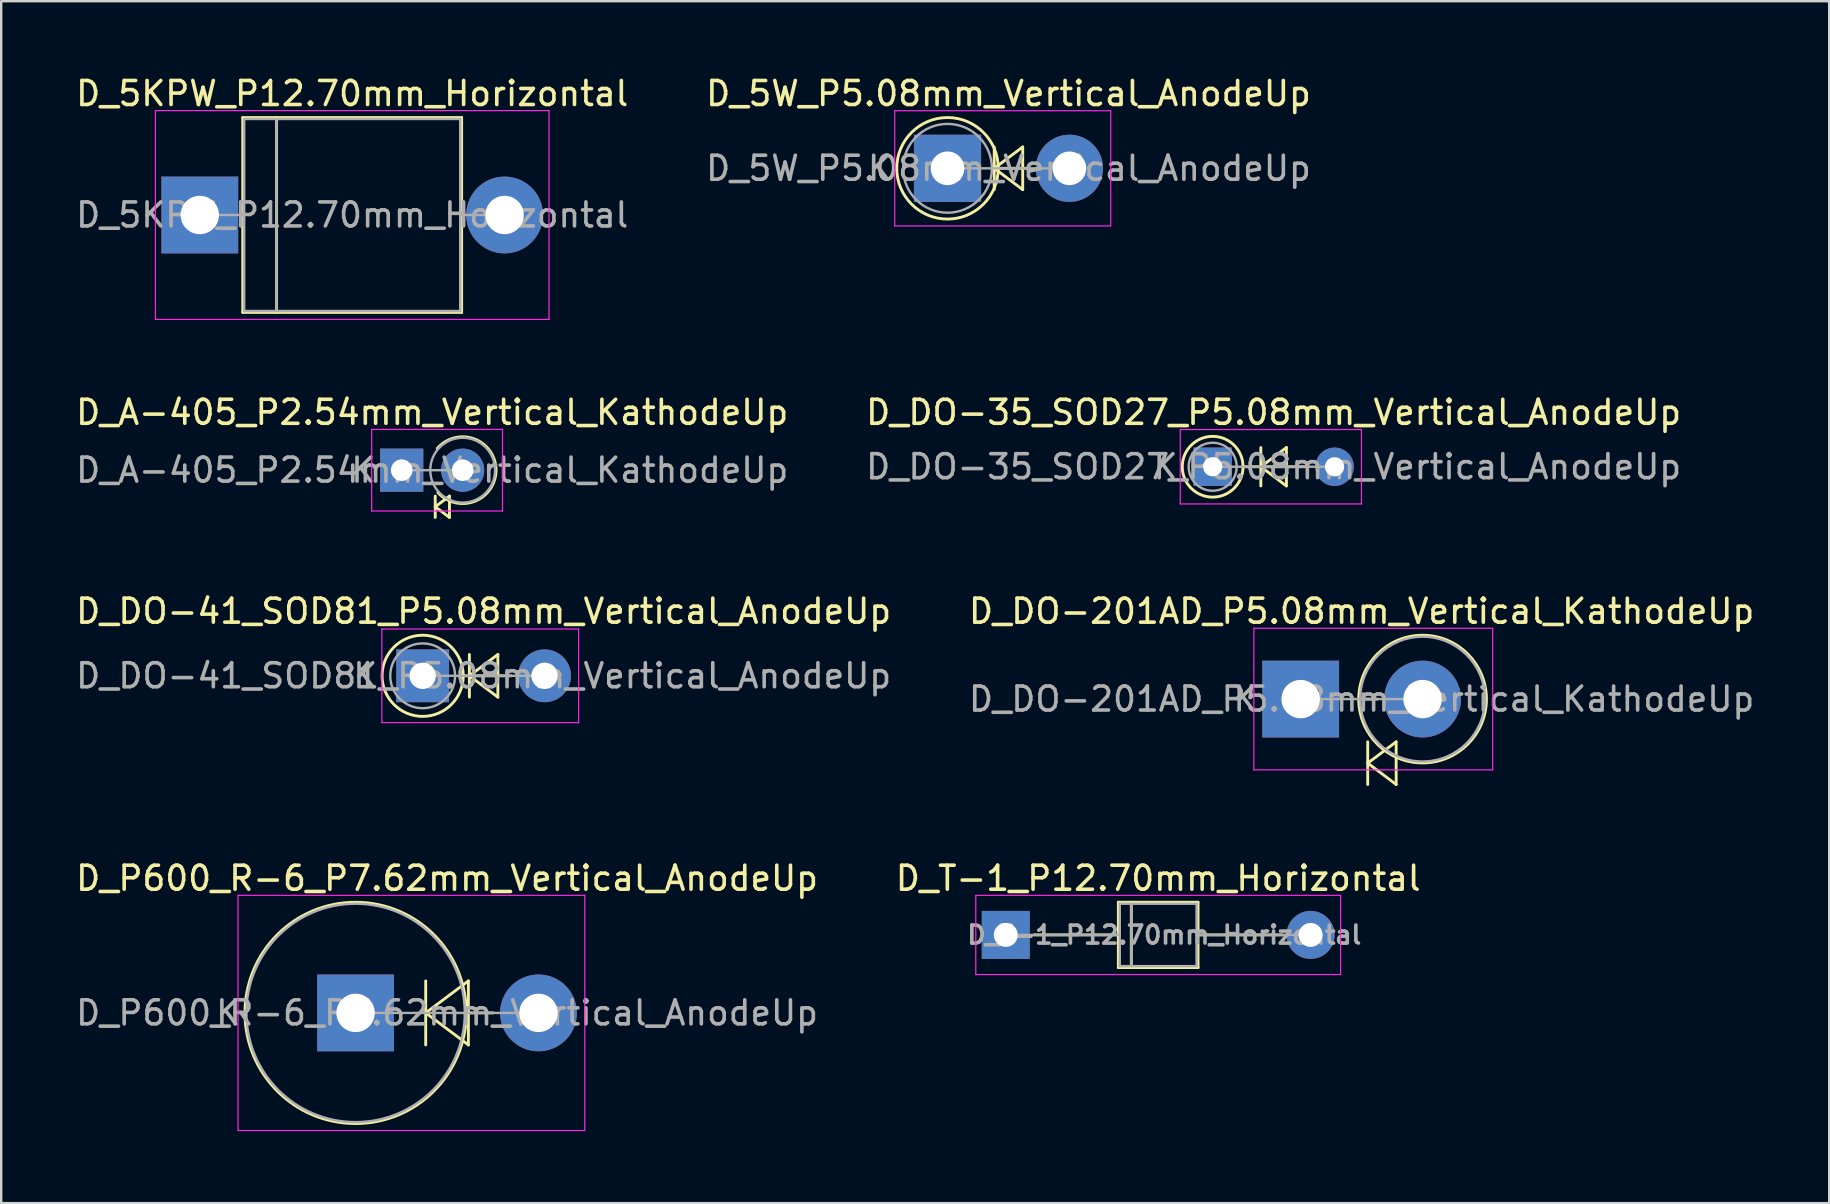
<source format=kicad_pcb>
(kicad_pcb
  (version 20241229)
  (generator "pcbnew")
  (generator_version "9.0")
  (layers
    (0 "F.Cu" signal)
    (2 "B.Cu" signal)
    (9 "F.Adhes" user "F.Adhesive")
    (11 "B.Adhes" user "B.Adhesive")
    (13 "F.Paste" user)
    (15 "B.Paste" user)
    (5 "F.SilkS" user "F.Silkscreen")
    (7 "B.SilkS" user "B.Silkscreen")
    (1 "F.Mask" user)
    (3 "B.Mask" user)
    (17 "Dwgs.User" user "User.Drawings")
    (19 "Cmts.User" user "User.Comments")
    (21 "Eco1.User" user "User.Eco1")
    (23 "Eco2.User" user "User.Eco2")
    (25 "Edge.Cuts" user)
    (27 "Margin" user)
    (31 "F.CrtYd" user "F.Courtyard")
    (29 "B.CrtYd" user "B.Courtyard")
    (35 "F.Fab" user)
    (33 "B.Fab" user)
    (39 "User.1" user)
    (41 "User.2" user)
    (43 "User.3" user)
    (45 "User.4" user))
  (footprint "D_P600_R-6_P7.62mm_Vertical_AnodeUp"
    (layer "F.Cu")
    (at 11.767 39.155)
    (property "Reference" "D_P600_R-6_P7.62mm_Vertical_AnodeUp" (at 3.81 -5.61 0) (layer "F.SilkS") (effects (font (size 1 1) (thickness 0.15))))
    (attr through_hole)
    (fp_line (start 2.921 -1.333) (end 2.921 1.333) (stroke (width 0.12) (type solid)) (layer "F.SilkS"))
    (fp_line (start 2.921 0) (end 4.699 -1.333) (stroke (width 0.12) (type solid)) (layer "F.SilkS"))
    (fp_line (start 4.61 0) (end 5.72 0) (stroke (width 0.12) (type solid)) (layer "F.SilkS"))
    (fp_line (start 4.699 -1.333) (end 4.699 1.333) (stroke (width 0.12) (type solid)) (layer "F.SilkS"))
    (fp_line (start 4.699 1.333) (end 2.921 0) (stroke (width 0.12) (type solid)) (layer "F.SilkS"))
    (fp_circle (center 0 0) (end 4.61 0) (stroke (width 0.12) (type solid)) (fill no) (layer "F.SilkS"))
    (fp_line (start -4.9 -4.9) (end -4.9 4.9) (stroke (width 0.05) (type solid)) (layer "F.CrtYd"))
    (fp_line (start -4.9 4.9) (end 9.55 4.9) (stroke (width 0.05) (type solid)) (layer "F.CrtYd"))
    (fp_line (start 9.55 -4.9) (end -4.9 -4.9) (stroke (width 0.05) (type solid)) (layer "F.CrtYd"))
    (fp_line (start 9.55 4.9) (end 9.55 -4.9) (stroke (width 0.05) (type solid)) (layer "F.CrtYd"))
    (fp_line (start 0 0) (end 7.62 0) (stroke (width 0.1) (type solid)) (layer "F.Fab"))
    (fp_circle (center 0 0) (end 4.55 0) (stroke (width 0.1) (type solid)) (fill no) (layer "F.Fab"))
    (fp_text user "K" (at -5.31 0 0) (layer "F.Fab") (effects (font (size 1 1) (thickness 0.15))))
    (fp_text user "${REFERENCE}" (at 3.81 0 0) (layer "F.Fab") (effects (font (size 1 1) (thickness 0.15))))
    (pad "1" thru_hole rect (at 0 0) (size 3.2 3.2) (drill 1.6) (layers "*.Cu" "*.Mask"))
    (pad "2" thru_hole oval (at 7.62 0) (size 3.2 3.2) (drill 1.6) (layers "*.Cu" "*.Mask")))
  (footprint "D_DO-41_SOD81_P5.08mm_Vertical_AnodeUp"
    (layer "F.Cu")
    (at 14.561 25.109)
    (property "Reference" "D_DO-41_SOD81_P5.08mm_Vertical_AnodeUp" (at 2.54 -2.691 0) (layer "F.SilkS") (effects (font (size 1 1) (thickness 0.15))))
    (attr through_hole)
    (fp_line (start 1.691 0) (end 3.68 0) (stroke (width 0.12) (type solid)) (layer "F.SilkS"))
    (fp_line (start 1.947 -0.889) (end 1.947 0.889) (stroke (width 0.12) (type solid)) (layer "F.SilkS"))
    (fp_line (start 1.947 0) (end 3.133 -0.889) (stroke (width 0.12) (type solid)) (layer "F.SilkS"))
    (fp_line (start 3.133 -0.889) (end 3.133 0.889) (stroke (width 0.12) (type solid)) (layer "F.SilkS"))
    (fp_line (start 3.133 0.889) (end 1.947 0) (stroke (width 0.12) (type solid)) (layer "F.SilkS"))
    (fp_circle (center 0 0) (end 1.691 0) (stroke (width 0.12) (type solid)) (fill no) (layer "F.SilkS"))
    (fp_line (start -1.7 -1.95) (end -1.7 1.95) (stroke (width 0.05) (type solid)) (layer "F.CrtYd"))
    (fp_line (start -1.7 1.95) (end 6.5 1.95) (stroke (width 0.05) (type solid)) (layer "F.CrtYd"))
    (fp_line (start 6.5 -1.95) (end -1.7 -1.95) (stroke (width 0.05) (type solid)) (layer "F.CrtYd"))
    (fp_line (start 6.5 1.95) (end 6.5 -1.95) (stroke (width 0.05) (type solid)) (layer "F.CrtYd"))
    (fp_line (start 0 0) (end 5.08 0) (stroke (width 0.1) (type solid)) (layer "F.Fab"))
    (fp_circle (center 0 0) (end 1.35 0) (stroke (width 0.1) (type solid)) (fill no) (layer "F.Fab"))
    (fp_text user "${REFERENCE}" (at 2.54 0 0) (layer "F.Fab") (effects (font (size 1 1) (thickness 0.15))))
    (fp_text user "K" (at -2.391 0 0) (layer "F.Fab") (effects (font (size 1 1) (thickness 0.15))))
    (pad "1" thru_hole rect (at 0 0) (size 2.2 2.2) (drill 1.1) (layers "*.Cu" "*.Mask"))
    (pad "2" thru_hole oval (at 5.08 0) (size 2.2 2.2) (drill 1.1) (layers "*.Cu" "*.Mask")))
  (footprint "D_DO-201AD_P5.08mm_Vertical_KathodeUp"
    (layer "F.Cu")
    (at 51.145 26.079)
    (property "Reference" "D_DO-201AD_P5.08mm_Vertical_KathodeUp" (at 2.54 -3.66 0) (layer "F.SilkS") (effects (font (size 1 1) (thickness 0.15))))
    (attr through_hole)
    (fp_line (start 2.66 0) (end 3.18 0) (stroke (width 0.12) (type solid)) (layer "F.SilkS"))
    (fp_line (start 2.794 1.78) (end 2.794 3.558) (stroke (width 0.12) (type solid)) (layer "F.SilkS"))
    (fp_line (start 2.794 2.669) (end 3.979 1.78) (stroke (width 0.12) (type solid)) (layer "F.SilkS"))
    (fp_line (start 3.979 1.78) (end 3.979 3.558) (stroke (width 0.12) (type solid)) (layer "F.SilkS"))
    (fp_line (start 3.979 3.558) (end 2.794 2.669) (stroke (width 0.12) (type solid)) (layer "F.SilkS"))
    (fp_circle (center 5.08 0) (end 7.74 0) (stroke (width 0.12) (type solid)) (fill no) (layer "F.SilkS"))
    (fp_line (start -1.95 -2.95) (end -1.95 2.95) (stroke (width 0.05) (type solid)) (layer "F.CrtYd"))
    (fp_line (start -1.95 2.95) (end 8 2.95) (stroke (width 0.05) (type solid)) (layer "F.CrtYd"))
    (fp_line (start 8 -2.95) (end -1.95 -2.95) (stroke (width 0.05) (type solid)) (layer "F.CrtYd"))
    (fp_line (start 8 2.95) (end 8 -2.95) (stroke (width 0.05) (type solid)) (layer "F.CrtYd"))
    (fp_line (start 0 0) (end 5.08 0) (stroke (width 0.1) (type solid)) (layer "F.Fab"))
    (fp_circle (center 5.08 0) (end 7.68 0) (stroke (width 0.1) (type solid)) (fill no) (layer "F.Fab"))
    (fp_text user "K" (at -2.3 0 0) (layer "F.Fab") (effects (font (size 1 1) (thickness 0.15))))
    (fp_text user "${REFERENCE}" (at 2.54 0 0) (layer "F.Fab") (effects (font (size 1 1) (thickness 0.15))))
    (pad "1" thru_hole rect (at 0 0) (size 3.2 3.2) (drill 1.6) (layers "*.Cu" "*.Mask"))
    (pad "2" thru_hole oval (at 5.08 0) (size 3.2 3.2) (drill 1.6) (layers "*.Cu" "*.Mask")))
  (footprint "D_DO-35_SOD27_P5.08mm_Vertical_AnodeUp"
    (layer "F.Cu")
    (at 47.478 16.398)
    (property "Reference" "D_DO-35_SOD27_P5.08mm_Vertical_AnodeUp" (at 2.54 -2.266 0) (layer "F.SilkS") (effects (font (size 1 1) (thickness 0.15))))
    (attr through_hole)
    (fp_line (start 1.266 0) (end 3.98 0) (stroke (width 0.12) (type solid)) (layer "F.SilkS"))
    (fp_line (start 2.007 -0.8) (end 2.007 0.8) (stroke (width 0.12) (type solid)) (layer "F.SilkS"))
    (fp_line (start 2.007 0) (end 3.073 -0.8) (stroke (width 0.12) (type solid)) (layer "F.SilkS"))
    (fp_line (start 3.073 -0.8) (end 3.073 0.8) (stroke (width 0.12) (type solid)) (layer "F.SilkS"))
    (fp_line (start 3.073 0.8) (end 2.007 0) (stroke (width 0.12) (type solid)) (layer "F.SilkS"))
    (fp_circle (center 0 0) (end 1.266 0) (stroke (width 0.12) (type solid)) (fill no) (layer "F.SilkS"))
    (fp_line (start -1.35 -1.55) (end -1.35 1.55) (stroke (width 0.05) (type solid)) (layer "F.CrtYd"))
    (fp_line (start -1.35 1.55) (end 6.2 1.55) (stroke (width 0.05) (type solid)) (layer "F.CrtYd"))
    (fp_line (start 6.2 -1.55) (end -1.35 -1.55) (stroke (width 0.05) (type solid)) (layer "F.CrtYd"))
    (fp_line (start 6.2 1.55) (end 6.2 -1.55) (stroke (width 0.05) (type solid)) (layer "F.CrtYd"))
    (fp_line (start 0 0) (end 5.08 0) (stroke (width 0.1) (type solid)) (layer "F.Fab"))
    (fp_circle (center 0 0) (end 1 0) (stroke (width 0.1) (type solid)) (fill no) (layer "F.Fab"))
    (fp_text user "${REFERENCE}" (at 2.54 0 0) (layer "F.Fab") (effects (font (size 1 1) (thickness 0.15))))
    (fp_text user "K" (at -1.966 0 0) (layer "F.Fab") (effects (font (size 1 1) (thickness 0.15))))
    (pad "1" thru_hole rect (at 0 0) (size 1.6 1.6) (drill 0.8) (layers "*.Cu" "*.Mask"))
    (pad "2" thru_hole oval (at 5.08 0) (size 1.6 1.6) (drill 0.8) (layers "*.Cu" "*.Mask")))
  (footprint "D_T-1_P12.70mm_Horizontal"
    (layer "F.Cu")
    (at 38.858 35.905)
    (property "Reference" "D_T-1_P12.70mm_Horizontal" (at 6.35 -2.36 0) (layer "F.SilkS") (effects (font (size 1 1) (thickness 0.15))))
    (attr through_hole)
    (fp_line (start 1.18 0) (end 4.69 0) (stroke (width 0.12) (type solid)) (layer "F.SilkS"))
    (fp_line (start 4.69 -1.36) (end 4.69 1.36) (stroke (width 0.12) (type solid)) (layer "F.SilkS"))
    (fp_line (start 4.69 1.36) (end 8.01 1.36) (stroke (width 0.12) (type solid)) (layer "F.SilkS"))
    (fp_line (start 5.23 -1.36) (end 5.23 1.36) (stroke (width 0.12) (type solid)) (layer "F.SilkS"))
    (fp_line (start 8.01 -1.36) (end 4.69 -1.36) (stroke (width 0.12) (type solid)) (layer "F.SilkS"))
    (fp_line (start 8.01 1.36) (end 8.01 -1.36) (stroke (width 0.12) (type solid)) (layer "F.SilkS"))
    (fp_line (start 11.52 0) (end 8.01 0) (stroke (width 0.12) (type solid)) (layer "F.SilkS"))
    (fp_line (start -1.25 -1.65) (end -1.25 1.65) (stroke (width 0.05) (type solid)) (layer "F.CrtYd"))
    (fp_line (start -1.25 1.65) (end 13.95 1.65) (stroke (width 0.05) (type solid)) (layer "F.CrtYd"))
    (fp_line (start 13.95 -1.65) (end -1.25 -1.65) (stroke (width 0.05) (type solid)) (layer "F.CrtYd"))
    (fp_line (start 13.95 1.65) (end 13.95 -1.65) (stroke (width 0.05) (type solid)) (layer "F.CrtYd"))
    (fp_line (start 0 0) (end 4.75 0) (stroke (width 0.1) (type solid)) (layer "F.Fab"))
    (fp_line (start 4.75 -1.3) (end 4.75 1.3) (stroke (width 0.1) (type solid)) (layer "F.Fab"))
    (fp_line (start 4.75 1.3) (end 7.95 1.3) (stroke (width 0.1) (type solid)) (layer "F.Fab"))
    (fp_line (start 5.23 -1.3) (end 5.23 1.3) (stroke (width 0.1) (type solid)) (layer "F.Fab"))
    (fp_line (start 7.95 -1.3) (end 4.75 -1.3) (stroke (width 0.1) (type solid)) (layer "F.Fab"))
    (fp_line (start 7.95 1.3) (end 7.95 -1.3) (stroke (width 0.1) (type solid)) (layer "F.Fab"))
    (fp_line (start 12.7 0) (end 7.95 0) (stroke (width 0.1) (type solid)) (layer "F.Fab"))
    (fp_text user "${REFERENCE}" (at 6.604 0 0) (layer "F.Fab") (effects (font (size 0.75 0.75) (thickness 0.15))))
    (pad "1" thru_hole rect (at 0 0) (size 2 2) (drill 1) (layers "*.Cu" "*.Mask"))
    (pad "2" thru_hole oval (at 12.7 0) (size 2 2) (drill 1) (layers "*.Cu" "*.Mask")))
  (footprint "D_5KPW_P12.70mm_Horizontal"
    (layer "F.Cu")
    (at 5.275 5.908)
    (property "Reference" "D_5KPW_P12.70mm_Horizontal" (at 6.35 -5.06 0) (layer "F.SilkS") (effects (font (size 1 1) (thickness 0.15))))
    (attr through_hole)
    (fp_line (start 1.78 0) (end 1.79 0) (stroke (width 0.12) (type solid)) (layer "F.SilkS"))
    (fp_line (start 1.79 -4.06) (end 1.79 4.06) (stroke (width 0.12) (type solid)) (layer "F.SilkS"))
    (fp_line (start 1.79 4.06) (end 10.91 4.06) (stroke (width 0.12) (type solid)) (layer "F.SilkS"))
    (fp_line (start 3.2 -4.06) (end 3.2 4.06) (stroke (width 0.12) (type solid)) (layer "F.SilkS"))
    (fp_line (start 10.91 -4.06) (end 1.79 -4.06) (stroke (width 0.12) (type solid)) (layer "F.SilkS"))
    (fp_line (start 10.91 4.06) (end 10.91 -4.06) (stroke (width 0.12) (type solid)) (layer "F.SilkS"))
    (fp_line (start 10.92 0) (end 10.91 0) (stroke (width 0.12) (type solid)) (layer "F.SilkS"))
    (fp_line (start -1.85 -4.35) (end -1.85 4.35) (stroke (width 0.05) (type solid)) (layer "F.CrtYd"))
    (fp_line (start -1.85 4.35) (end 14.55 4.35) (stroke (width 0.05) (type solid)) (layer "F.CrtYd"))
    (fp_line (start 14.55 -4.35) (end -1.85 -4.35) (stroke (width 0.05) (type solid)) (layer "F.CrtYd"))
    (fp_line (start 14.55 4.35) (end 14.55 -4.35) (stroke (width 0.05) (type solid)) (layer "F.CrtYd"))
    (fp_line (start 0 0) (end 1.85 0) (stroke (width 0.1) (type solid)) (layer "F.Fab"))
    (fp_line (start 1.85 -4) (end 1.85 4) (stroke (width 0.1) (type solid)) (layer "F.Fab"))
    (fp_line (start 1.85 4) (end 10.85 4) (stroke (width 0.1) (type solid)) (layer "F.Fab"))
    (fp_line (start 3.2 -4) (end 3.2 4) (stroke (width 0.1) (type solid)) (layer "F.Fab"))
    (fp_line (start 10.85 -4) (end 1.85 -4) (stroke (width 0.1) (type solid)) (layer "F.Fab"))
    (fp_line (start 10.85 4) (end 10.85 -4) (stroke (width 0.1) (type solid)) (layer "F.Fab"))
    (fp_line (start 12.7 0) (end 10.85 0) (stroke (width 0.1) (type solid)) (layer "F.Fab"))
    (fp_text user "${REFERENCE}" (at 6.35 0 0) (layer "F.Fab") (effects (font (size 1 1) (thickness 0.15))))
    (pad "1" thru_hole rect (at 0 0) (size 3.2 3.2) (drill 1.6) (layers "*.Cu" "*.Mask"))
    (pad "2" thru_hole oval (at 12.7 0) (size 3.2 3.2) (drill 1.6) (layers "*.Cu" "*.Mask")))
  (footprint "D_5W_P5.08mm_Vertical_AnodeUp"
    (layer "F.Cu")
    (at 36.43 3.963)
    (property "Reference" "D_5W_P5.08mm_Vertical_AnodeUp" (at 2.54 -3.115 0) (layer "F.SilkS") (effects (font (size 1 1) (thickness 0.15))))
    (attr through_hole)
    (fp_line (start 1.947 -0.889) (end 1.947 0.889) (stroke (width 0.12) (type solid)) (layer "F.SilkS"))
    (fp_line (start 1.947 0) (end 3.133 -0.889) (stroke (width 0.12) (type solid)) (layer "F.SilkS"))
    (fp_line (start 2.115 0) (end 3.38 0) (stroke (width 0.12) (type solid)) (layer "F.SilkS"))
    (fp_line (start 3.133 -0.889) (end 3.133 0.889) (stroke (width 0.12) (type solid)) (layer "F.SilkS"))
    (fp_line (start 3.133 0.889) (end 1.947 0) (stroke (width 0.12) (type solid)) (layer "F.SilkS"))
    (fp_circle (center 0 0) (end 2.115 0) (stroke (width 0.12) (type solid)) (fill no) (layer "F.SilkS"))
    (fp_line (start -2.2 -2.4) (end -2.2 2.4) (stroke (width 0.05) (type solid)) (layer "F.CrtYd"))
    (fp_line (start -2.2 2.4) (end 6.8 2.4) (stroke (width 0.05) (type solid)) (layer "F.CrtYd"))
    (fp_line (start 6.8 -2.4) (end -2.2 -2.4) (stroke (width 0.05) (type solid)) (layer "F.CrtYd"))
    (fp_line (start 6.8 2.4) (end 6.8 -2.4) (stroke (width 0.05) (type solid)) (layer "F.CrtYd"))
    (fp_line (start 0 0) (end 5.08 0) (stroke (width 0.1) (type solid)) (layer "F.Fab"))
    (fp_circle (center 0 0) (end 1.85 0) (stroke (width 0.1) (type solid)) (fill no) (layer "F.Fab"))
    (fp_text user "K" (at -2.815 0 0) (layer "F.Fab") (effects (font (size 1 1) (thickness 0.15))))
    (fp_text user "${REFERENCE}" (at 2.54 0 0) (layer "F.Fab") (effects (font (size 1 1) (thickness 0.15))))
    (pad "1" thru_hole rect (at 0 0) (size 2.8 2.8) (drill 1.4) (layers "*.Cu" "*.Mask"))
    (pad "2" thru_hole oval (at 5.08 0) (size 2.8 2.8) (drill 1.4) (layers "*.Cu" "*.Mask")))
  (footprint "D_A-405_P2.54mm_Vertical_KathodeUp"
    (layer "F.Cu")
    (at 13.688 16.541)
    (property "Reference" "D_A-405_P2.54mm_Vertical_KathodeUp" (at 1.27 -2.41 0) (layer "F.SilkS") (effects (font (size 1 1) (thickness 0.15))))
    (attr through_hole)
    (fp_line (start 1.397 1.08) (end 1.397 1.969) (stroke (width 0.12) (type solid)) (layer "F.SilkS"))
    (fp_line (start 1.397 1.524) (end 1.99 1.08) (stroke (width 0.12) (type solid)) (layer "F.SilkS"))
    (fp_line (start 1.99 1.08) (end 1.99 1.969) (stroke (width 0.12) (type solid)) (layer "F.SilkS"))
    (fp_line (start 1.99 1.969) (end 1.397 1.524) (stroke (width 0.12) (type solid)) (layer "F.SilkS"))
    (fp_arc (start 1.480189 -0.9) (mid 3.930219 -0.022126) (end 1.509367 0.933271) (stroke (width 0.12) (type solid)) (layer "F.SilkS"))
    (fp_line (start -1.25 -1.7) (end -1.25 1.7) (stroke (width 0.05) (type solid)) (layer "F.CrtYd"))
    (fp_line (start -1.25 1.7) (end 4.2 1.7) (stroke (width 0.05) (type solid)) (layer "F.CrtYd"))
    (fp_line (start 4.2 -1.7) (end -1.25 -1.7) (stroke (width 0.05) (type solid)) (layer "F.CrtYd"))
    (fp_line (start 4.2 1.7) (end 4.2 -1.7) (stroke (width 0.05) (type solid)) (layer "F.CrtYd"))
    (fp_line (start 0 0) (end 2.54 0) (stroke (width 0.1) (type solid)) (layer "F.Fab"))
    (fp_circle (center 2.54 0) (end 3.89 0) (stroke (width 0.1) (type solid)) (fill no) (layer "F.Fab"))
    (fp_text user "K" (at -1.6 0 0) (layer "F.Fab") (effects (font (size 1 1) (thickness 0.15))))
    (fp_text user "${REFERENCE}" (at 1.27 0 0) (layer "F.Fab") (effects (font (size 1 1) (thickness 0.15))))
    (pad "1" thru_hole rect (at 0 0) (size 1.8 1.8) (drill 0.9) (layers "*.Cu" "*.Mask"))
    (pad "2" thru_hole oval (at 2.54 0) (size 1.8 1.8) (drill 0.9) (layers "*.Cu" "*.Mask")))
  (gr_rect
    (start -3 -3)
    (end 73.167 47.08)
    (stroke (width 0.1) (type default))
    (fill no)
    (layer "Edge.Cuts")))
</source>
